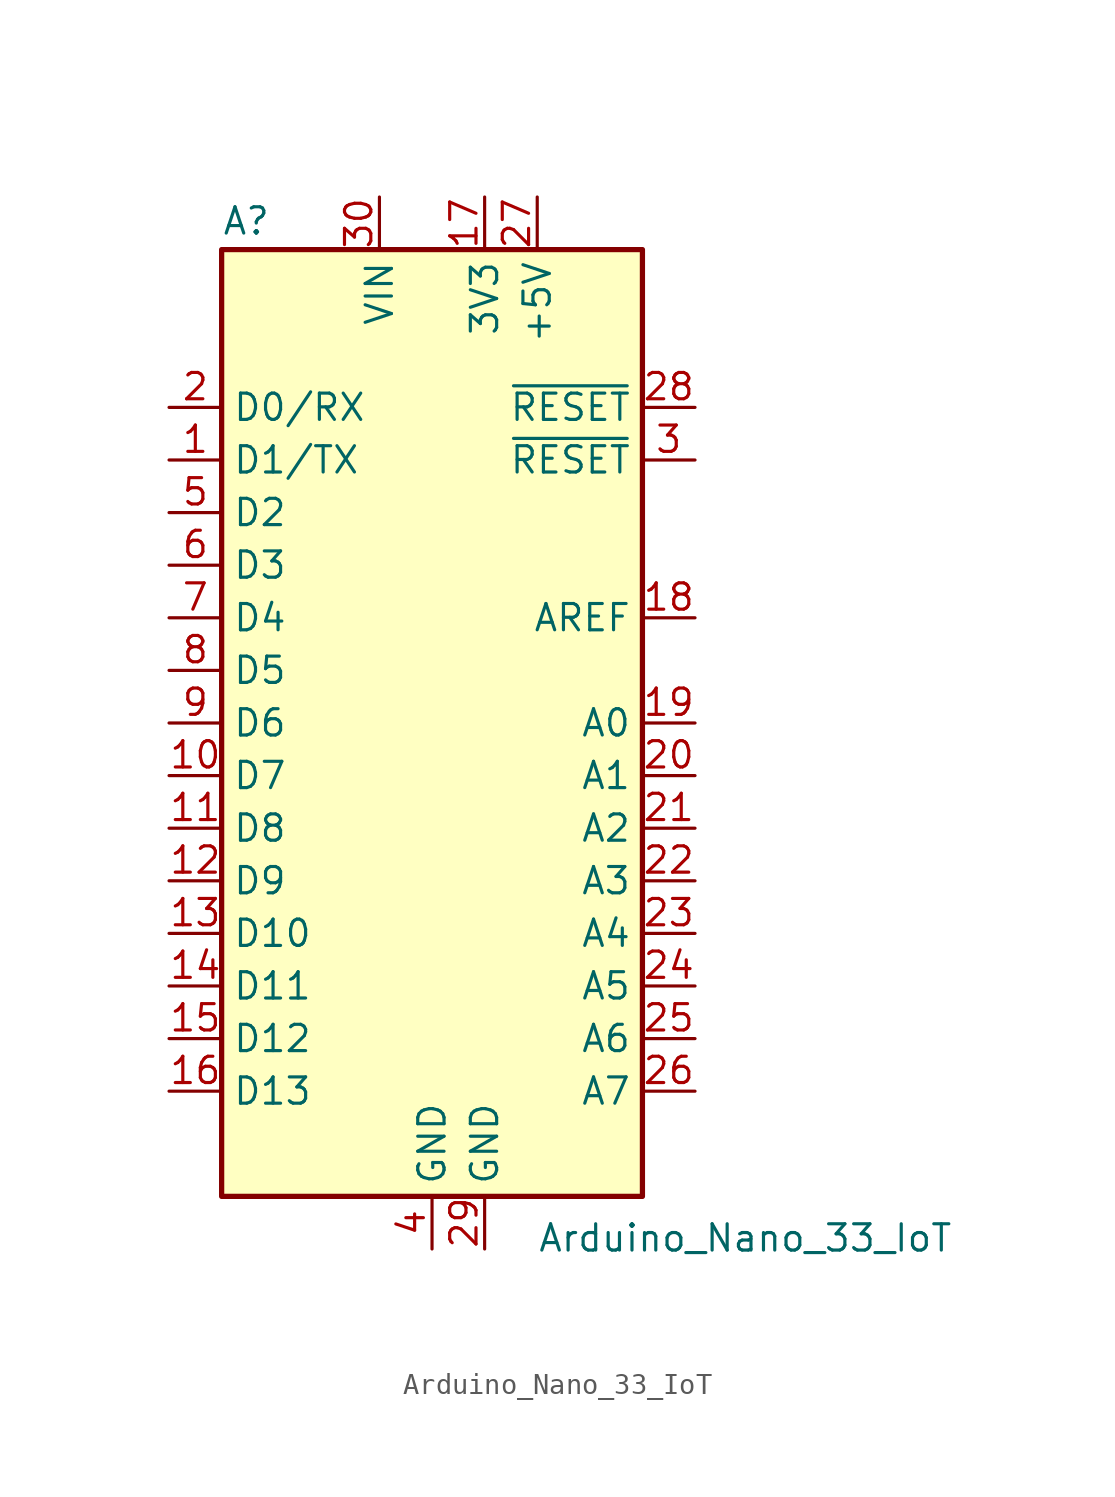
<source format=kicad_sym>
(kicad_symbol_lib
  (version 20211014)
  (generator kicad_symbol_editor)
  (symbol "Arduino_Nano_33_IoT"
    (property "Reference" "A"
      (at -10.16 23.495 0)
      (effects (font (size 1.27 1.27)) (justify left bottom)))
    (property "Value" "Arduino_Nano_33_IoT"
      (at 5.08 -24.13 0)
      (effects (font (size 1.27 1.27)) (justify left top)))
    (symbol "Arduino_Nano_33_IoT_0_0"
      (text "~" (at -6.35 -7.62 0) (effects (font (size 1.27 1.27))))
      (text "~" (at -6.35 0 0) (effects (font (size 1.27 1.27))))
      (text "~" (at -6.35 2.54 0) (effects (font (size 1.27 1.27))))
      (text "~" (at -6.35 7.62 0) (effects (font (size 1.27 1.27))))
      (text "~" (at -6.35 10.16 0) (effects (font (size 1.27 1.27))))
      (text "~" (at -5.08 -15.24 0) (effects (font (size 1.27 1.27))))
      (text "~" (at -5.08 -12.7 0) (effects (font (size 1.27 1.27))))
      (text "~" (at -5.08 -10.16 0) (effects (font (size 1.27 1.27))))
      (text "~" (at 6.35 -12.7 0) (effects (font (size 1.27 1.27))))
      (text "~" (at 6.35 -7.62 0) (effects (font (size 1.27 1.27))))
      (text "~" (at 6.35 -5.08 0) (effects (font (size 1.27 1.27)))))
    (symbol "Arduino_Nano_33_IoT_0_1"
      (rectangle (start -10.16 22.86) (end 10.16 -22.86) (stroke (width 0.254) (type default) (color 0 0 0 0)) (fill (type background))))
    (symbol "Arduino_Nano_33_IoT_1_1"
      (pin bidirectional line (at -12.7 12.7 0) (length 2.54) (name "D1/TX" (effects (font (size 1.27 1.27)))) (number "1" (effects (font (size 1.27 1.27)))))
      (pin bidirectional line (at -12.7 -2.54 0) (length 2.54) (name "D7" (effects (font (size 1.27 1.27)))) (number "10" (effects (font (size 1.27 1.27)))))
      (pin bidirectional line (at -12.7 -5.08 0) (length 2.54) (name "D8" (effects (font (size 1.27 1.27)))) (number "11" (effects (font (size 1.27 1.27)))))
      (pin bidirectional line (at -12.7 -7.62 0) (length 2.54) (name "D9" (effects (font (size 1.27 1.27)))) (number "12" (effects (font (size 1.27 1.27)))))
      (pin bidirectional line (at -12.7 -10.16 0) (length 2.54) (name "D10" (effects (font (size 1.27 1.27)))) (number "13" (effects (font (size 1.27 1.27)))))
      (pin bidirectional line (at -12.7 -12.7 0) (length 2.54) (name "D11" (effects (font (size 1.27 1.27)))) (number "14" (effects (font (size 1.27 1.27)))))
      (pin bidirectional line (at -12.7 -15.24 0) (length 2.54) (name "D12" (effects (font (size 1.27 1.27)))) (number "15" (effects (font (size 1.27 1.27)))))
      (pin bidirectional line (at -12.7 -17.78 0) (length 2.54) (name "D13" (effects (font (size 1.27 1.27)))) (number "16" (effects (font (size 1.27 1.27)))))
      (pin power_out line (at 2.54 25.4 270) (length 2.54) (name "3V3" (effects (font (size 1.27 1.27)))) (number "17" (effects (font (size 1.27 1.27)))))
      (pin input line (at 12.7 5.08 180) (length 2.54) (name "AREF" (effects (font (size 1.27 1.27)))) (number "18" (effects (font (size 1.27 1.27)))))
      (pin bidirectional line (at 12.7 0 180) (length 2.54) (name "A0" (effects (font (size 1.27 1.27)))) (number "19" (effects (font (size 1.27 1.27)))))
      (pin bidirectional line (at -12.7 15.24 0) (length 2.54) (name "D0/RX" (effects (font (size 1.27 1.27)))) (number "2" (effects (font (size 1.27 1.27)))))
      (pin bidirectional line (at 12.7 -2.54 180) (length 2.54) (name "A1" (effects (font (size 1.27 1.27)))) (number "20" (effects (font (size 1.27 1.27)))))
      (pin bidirectional line (at 12.7 -5.08 180) (length 2.54) (name "A2" (effects (font (size 1.27 1.27)))) (number "21" (effects (font (size 1.27 1.27)))))
      (pin bidirectional line (at 12.7 -7.62 180) (length 2.54) (name "A3" (effects (font (size 1.27 1.27)))) (number "22" (effects (font (size 1.27 1.27)))))
      (pin bidirectional line (at 12.7 -10.16 180) (length 2.54) (name "A4" (effects (font (size 1.27 1.27)))) (number "23" (effects (font (size 1.27 1.27)))))
      (pin bidirectional line (at 12.7 -12.7 180) (length 2.54) (name "A5" (effects (font (size 1.27 1.27)))) (number "24" (effects (font (size 1.27 1.27)))))
      (pin bidirectional line (at 12.7 -15.24 180) (length 2.54) (name "A6" (effects (font (size 1.27 1.27)))) (number "25" (effects (font (size 1.27 1.27)))))
      (pin bidirectional line (at 12.7 -17.78 180) (length 2.54) (name "A7" (effects (font (size 1.27 1.27)))) (number "26" (effects (font (size 1.27 1.27)))))
      (pin power_out line (at 5.08 25.4 270) (length 2.54) (name "+5V" (effects (font (size 1.27 1.27)))) (number "27" (effects (font (size 1.27 1.27)))))
      (pin input line (at 12.7 15.24 180) (length 2.54) (name "~{RESET}" (effects (font (size 1.27 1.27)))) (number "28" (effects (font (size 1.27 1.27)))))
      (pin power_in line (at 2.54 -25.4 90) (length 2.54) (name "GND" (effects (font (size 1.27 1.27)))) (number "29" (effects (font (size 1.27 1.27)))))
      (pin input line (at 12.7 12.7 180) (length 2.54) (name "~{RESET}" (effects (font (size 1.27 1.27)))) (number "3" (effects (font (size 1.27 1.27)))))
      (pin power_in line (at -2.54 25.4 270) (length 2.54) (name "VIN" (effects (font (size 1.27 1.27)))) (number "30" (effects (font (size 1.27 1.27)))))
      (pin power_in line (at 0 -25.4 90) (length 2.54) (name "GND" (effects (font (size 1.27 1.27)))) (number "4" (effects (font (size 1.27 1.27)))))
      (pin bidirectional line (at -12.7 10.16 0) (length 2.54) (name "D2" (effects (font (size 1.27 1.27)))) (number "5" (effects (font (size 1.27 1.27)))))
      (pin bidirectional line (at -12.7 7.62 0) (length 2.54) (name "D3" (effects (font (size 1.27 1.27)))) (number "6" (effects (font (size 1.27 1.27)))))
      (pin bidirectional line (at -12.7 5.08 0) (length 2.54) (name "D4" (effects (font (size 1.27 1.27)))) (number "7" (effects (font (size 1.27 1.27)))))
      (pin bidirectional line (at -12.7 2.54 0) (length 2.54) (name "D5" (effects (font (size 1.27 1.27)))) (number "8" (effects (font (size 1.27 1.27)))))
      (pin bidirectional line (at -12.7 0 0) (length 2.54) (name "D6" (effects (font (size 1.27 1.27)))) (number "9" (effects (font (size 1.27 1.27))))))))
</source>
